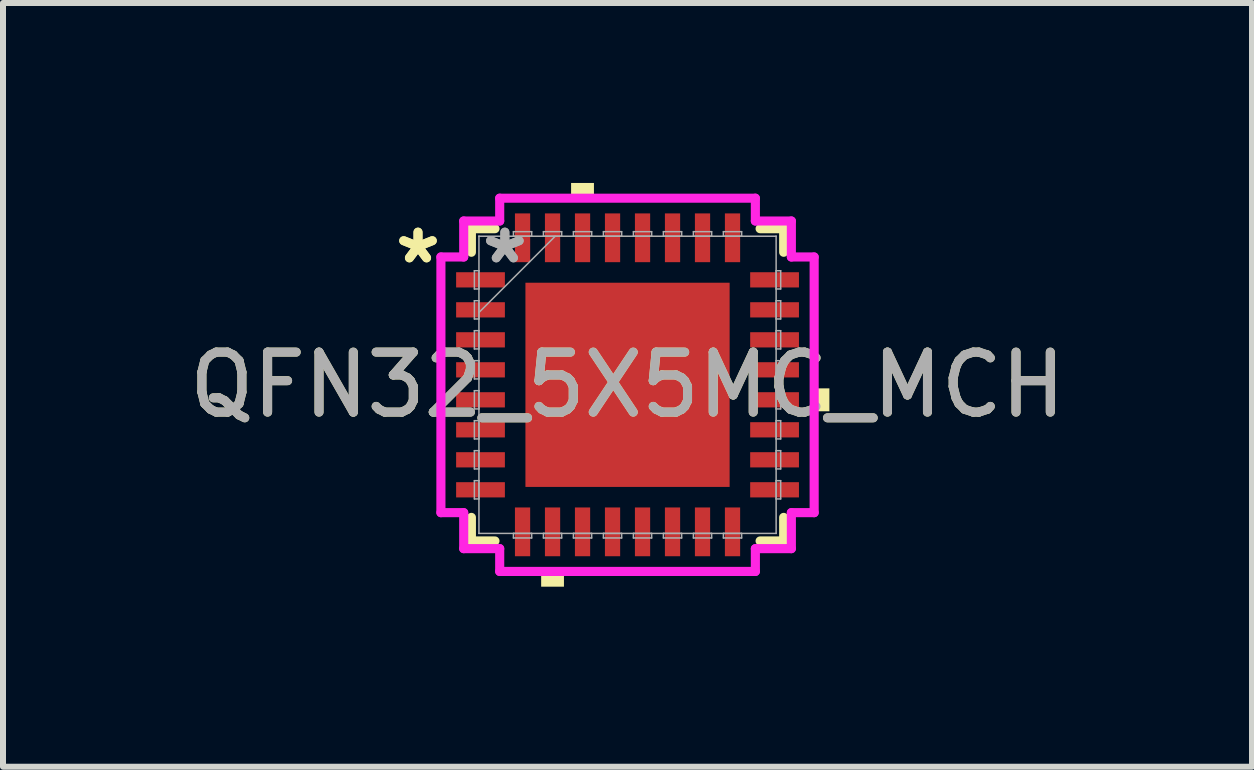
<source format=kicad_pcb>
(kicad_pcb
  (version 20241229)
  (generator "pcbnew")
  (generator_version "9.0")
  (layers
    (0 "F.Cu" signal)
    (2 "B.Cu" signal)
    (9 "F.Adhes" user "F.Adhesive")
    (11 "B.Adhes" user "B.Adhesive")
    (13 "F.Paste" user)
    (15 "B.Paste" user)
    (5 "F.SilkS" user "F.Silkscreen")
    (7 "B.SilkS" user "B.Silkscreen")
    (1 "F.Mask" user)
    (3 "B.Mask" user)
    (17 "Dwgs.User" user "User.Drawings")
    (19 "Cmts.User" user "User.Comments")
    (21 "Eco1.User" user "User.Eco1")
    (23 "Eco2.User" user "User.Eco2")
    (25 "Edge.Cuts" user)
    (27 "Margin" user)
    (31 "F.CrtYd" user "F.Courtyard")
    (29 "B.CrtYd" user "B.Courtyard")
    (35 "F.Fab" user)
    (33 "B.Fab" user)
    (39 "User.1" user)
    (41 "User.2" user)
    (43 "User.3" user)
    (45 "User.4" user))
  (footprint "QFN32_5X5MC_MCH"
    (layer "F.Cu")
    (at 7.411 3.365)
    (property "Reference" "QFN32_5X5MC_MCH" (at 0 0 0) (unlocked yes) (layer "F.SilkS") (effects (font (size 1 1) (thickness 0.15))))
    (attr smd)
    (fp_line (start -2.603 -2.603) (end -2.603 -2.21) (stroke (width 0.152) (type solid)) (layer "F.SilkS"))
    (fp_line (start -2.603 2.21) (end -2.603 2.603) (stroke (width 0.152) (type solid)) (layer "F.SilkS"))
    (fp_line (start -2.603 2.603) (end -2.21 2.603) (stroke (width 0.152) (type solid)) (layer "F.SilkS"))
    (fp_line (start -2.21 -2.603) (end -2.603 -2.603) (stroke (width 0.152) (type solid)) (layer "F.SilkS"))
    (fp_line (start 2.21 2.603) (end 2.603 2.603) (stroke (width 0.152) (type solid)) (layer "F.SilkS"))
    (fp_line (start 2.603 -2.603) (end 2.21 -2.603) (stroke (width 0.152) (type solid)) (layer "F.SilkS"))
    (fp_line (start 2.603 -2.21) (end 2.603 -2.603) (stroke (width 0.152) (type solid)) (layer "F.SilkS"))
    (fp_line (start 2.603 2.603) (end 2.603 2.21) (stroke (width 0.152) (type solid)) (layer "F.SilkS"))
    (fp_poly (pts (xy -1.44 3.111) (xy -1.44 3.365) (xy -1.06 3.365) (xy -1.06 3.111)) (stroke (width 0) (type solid)) (fill yes) (layer "F.SilkS"))
    (fp_poly (pts (xy -0.941 -3.111) (xy -0.941 -3.365) (xy -0.56 -3.365) (xy -0.56 -3.111)) (stroke (width 0) (type solid)) (fill yes) (layer "F.SilkS"))
    (fp_poly (pts (xy 3.365 0.059) (xy 3.365 0.441) (xy 3.111 0.441) (xy 3.111 0.059)) (stroke (width 0) (type solid)) (fill yes) (layer "F.SilkS"))
    (fp_poly (pts (xy -1.602 -1.602) (xy -1.602 -0.1) (xy -0.1 -0.1) (xy -0.1 -1.602)) (stroke (width 0) (type solid)) (fill yes) (layer "F.Paste"))
    (fp_poly (pts (xy -1.602 0.1) (xy -1.602 1.602) (xy -0.1 1.602) (xy -0.1 0.1)) (stroke (width 0) (type solid)) (fill yes) (layer "F.Paste"))
    (fp_poly (pts (xy 0.1 -1.602) (xy 0.1 -0.1) (xy 1.602 -0.1) (xy 1.602 -1.602)) (stroke (width 0) (type solid)) (fill yes) (layer "F.Paste"))
    (fp_poly (pts (xy 0.1 0.1) (xy 0.1 1.602) (xy 1.602 1.602) (xy 1.602 0.1)) (stroke (width 0) (type solid)) (fill yes) (layer "F.Paste"))
    (fp_line (start -3.111 -2.131) (end -2.731 -2.131) (stroke (width 0.152) (type solid)) (layer "F.CrtYd"))
    (fp_line (start -3.111 2.131) (end -3.111 -2.131) (stroke (width 0.152) (type solid)) (layer "F.CrtYd"))
    (fp_line (start -2.731 -2.731) (end -2.131 -2.731) (stroke (width 0.152) (type solid)) (layer "F.CrtYd"))
    (fp_line (start -2.731 -2.131) (end -2.731 -2.731) (stroke (width 0.152) (type solid)) (layer "F.CrtYd"))
    (fp_line (start -2.731 2.131) (end -3.111 2.131) (stroke (width 0.152) (type solid)) (layer "F.CrtYd"))
    (fp_line (start -2.731 2.731) (end -2.731 2.131) (stroke (width 0.152) (type solid)) (layer "F.CrtYd"))
    (fp_line (start -2.131 -3.111) (end 2.131 -3.111) (stroke (width 0.152) (type solid)) (layer "F.CrtYd"))
    (fp_line (start -2.131 -2.731) (end -2.131 -3.111) (stroke (width 0.152) (type solid)) (layer "F.CrtYd"))
    (fp_line (start -2.131 2.731) (end -2.731 2.731) (stroke (width 0.152) (type solid)) (layer "F.CrtYd"))
    (fp_line (start -2.131 3.111) (end -2.131 2.731) (stroke (width 0.152) (type solid)) (layer "F.CrtYd"))
    (fp_line (start 2.131 -3.111) (end 2.131 -2.731) (stroke (width 0.152) (type solid)) (layer "F.CrtYd"))
    (fp_line (start 2.131 -2.731) (end 2.731 -2.731) (stroke (width 0.152) (type solid)) (layer "F.CrtYd"))
    (fp_line (start 2.131 2.731) (end 2.131 3.111) (stroke (width 0.152) (type solid)) (layer "F.CrtYd"))
    (fp_line (start 2.131 3.111) (end -2.131 3.111) (stroke (width 0.152) (type solid)) (layer "F.CrtYd"))
    (fp_line (start 2.731 -2.731) (end 2.731 -2.131) (stroke (width 0.152) (type solid)) (layer "F.CrtYd"))
    (fp_line (start 2.731 -2.131) (end 3.111 -2.131) (stroke (width 0.152) (type solid)) (layer "F.CrtYd"))
    (fp_line (start 2.731 2.131) (end 2.731 2.731) (stroke (width 0.152) (type solid)) (layer "F.CrtYd"))
    (fp_line (start 2.731 2.731) (end 2.131 2.731) (stroke (width 0.152) (type solid)) (layer "F.CrtYd"))
    (fp_line (start 3.111 -2.131) (end 3.111 2.131) (stroke (width 0.152) (type solid)) (layer "F.CrtYd"))
    (fp_line (start 3.111 2.131) (end 2.731 2.131) (stroke (width 0.152) (type solid)) (layer "F.CrtYd"))
    (fp_line (start -2.553 -1.902) (end -2.553 -1.598) (stroke (width 0.025) (type solid)) (layer "F.Fab"))
    (fp_line (start -2.553 -1.598) (end -2.477 -1.598) (stroke (width 0.025) (type solid)) (layer "F.Fab"))
    (fp_line (start -2.553 -1.402) (end -2.553 -1.098) (stroke (width 0.025) (type solid)) (layer "F.Fab"))
    (fp_line (start -2.553 -1.098) (end -2.477 -1.098) (stroke (width 0.025) (type solid)) (layer "F.Fab"))
    (fp_line (start -2.553 -0.902) (end -2.553 -0.598) (stroke (width 0.025) (type solid)) (layer "F.Fab"))
    (fp_line (start -2.553 -0.598) (end -2.477 -0.598) (stroke (width 0.025) (type solid)) (layer "F.Fab"))
    (fp_line (start -2.553 -0.402) (end -2.553 -0.098) (stroke (width 0.025) (type solid)) (layer "F.Fab"))
    (fp_line (start -2.553 -0.098) (end -2.477 -0.098) (stroke (width 0.025) (type solid)) (layer "F.Fab"))
    (fp_line (start -2.553 0.098) (end -2.553 0.402) (stroke (width 0.025) (type solid)) (layer "F.Fab"))
    (fp_line (start -2.553 0.402) (end -2.477 0.402) (stroke (width 0.025) (type solid)) (layer "F.Fab"))
    (fp_line (start -2.553 0.598) (end -2.553 0.902) (stroke (width 0.025) (type solid)) (layer "F.Fab"))
    (fp_line (start -2.553 0.902) (end -2.477 0.902) (stroke (width 0.025) (type solid)) (layer "F.Fab"))
    (fp_line (start -2.553 1.098) (end -2.553 1.402) (stroke (width 0.025) (type solid)) (layer "F.Fab"))
    (fp_line (start -2.553 1.402) (end -2.477 1.402) (stroke (width 0.025) (type solid)) (layer "F.Fab"))
    (fp_line (start -2.553 1.598) (end -2.553 1.902) (stroke (width 0.025) (type solid)) (layer "F.Fab"))
    (fp_line (start -2.553 1.902) (end -2.477 1.902) (stroke (width 0.025) (type solid)) (layer "F.Fab"))
    (fp_line (start -2.477 -2.477) (end -2.477 -2.477) (stroke (width 0.025) (type solid)) (layer "F.Fab"))
    (fp_line (start -2.477 -2.477) (end -2.477 2.477) (stroke (width 0.025) (type solid)) (layer "F.Fab"))
    (fp_line (start -2.477 -1.902) (end -2.553 -1.902) (stroke (width 0.025) (type solid)) (layer "F.Fab"))
    (fp_line (start -2.477 -1.598) (end -2.477 -1.902) (stroke (width 0.025) (type solid)) (layer "F.Fab"))
    (fp_line (start -2.477 -1.402) (end -2.553 -1.402) (stroke (width 0.025) (type solid)) (layer "F.Fab"))
    (fp_line (start -2.477 -1.206) (end -1.206 -2.477) (stroke (width 0.025) (type solid)) (layer "F.Fab"))
    (fp_line (start -2.477 -1.098) (end -2.477 -1.402) (stroke (width 0.025) (type solid)) (layer "F.Fab"))
    (fp_line (start -2.477 -0.902) (end -2.553 -0.902) (stroke (width 0.025) (type solid)) (layer "F.Fab"))
    (fp_line (start -2.477 -0.598) (end -2.477 -0.902) (stroke (width 0.025) (type solid)) (layer "F.Fab"))
    (fp_line (start -2.477 -0.402) (end -2.553 -0.402) (stroke (width 0.025) (type solid)) (layer "F.Fab"))
    (fp_line (start -2.477 -0.098) (end -2.477 -0.402) (stroke (width 0.025) (type solid)) (layer "F.Fab"))
    (fp_line (start -2.477 0.098) (end -2.553 0.098) (stroke (width 0.025) (type solid)) (layer "F.Fab"))
    (fp_line (start -2.477 0.402) (end -2.477 0.098) (stroke (width 0.025) (type solid)) (layer "F.Fab"))
    (fp_line (start -2.477 0.598) (end -2.553 0.598) (stroke (width 0.025) (type solid)) (layer "F.Fab"))
    (fp_line (start -2.477 0.902) (end -2.477 0.598) (stroke (width 0.025) (type solid)) (layer "F.Fab"))
    (fp_line (start -2.477 1.098) (end -2.553 1.098) (stroke (width 0.025) (type solid)) (layer "F.Fab"))
    (fp_line (start -2.477 1.402) (end -2.477 1.098) (stroke (width 0.025) (type solid)) (layer "F.Fab"))
    (fp_line (start -2.477 1.598) (end -2.553 1.598) (stroke (width 0.025) (type solid)) (layer "F.Fab"))
    (fp_line (start -2.477 1.902) (end -2.477 1.598) (stroke (width 0.025) (type solid)) (layer "F.Fab"))
    (fp_line (start -2.477 2.477) (end -2.477 2.477) (stroke (width 0.025) (type solid)) (layer "F.Fab"))
    (fp_line (start -2.477 2.477) (end 2.477 2.477) (stroke (width 0.025) (type solid)) (layer "F.Fab"))
    (fp_line (start -1.902 -2.553) (end -1.902 -2.477) (stroke (width 0.025) (type solid)) (layer "F.Fab"))
    (fp_line (start -1.902 -2.477) (end -1.598 -2.477) (stroke (width 0.025) (type solid)) (layer "F.Fab"))
    (fp_line (start -1.902 2.477) (end -1.902 2.553) (stroke (width 0.025) (type solid)) (layer "F.Fab"))
    (fp_line (start -1.902 2.553) (end -1.598 2.553) (stroke (width 0.025) (type solid)) (layer "F.Fab"))
    (fp_line (start -1.598 -2.553) (end -1.902 -2.553) (stroke (width 0.025) (type solid)) (layer "F.Fab"))
    (fp_line (start -1.598 -2.477) (end -1.598 -2.553) (stroke (width 0.025) (type solid)) (layer "F.Fab"))
    (fp_line (start -1.598 2.477) (end -1.902 2.477) (stroke (width 0.025) (type solid)) (layer "F.Fab"))
    (fp_line (start -1.598 2.553) (end -1.598 2.477) (stroke (width 0.025) (type solid)) (layer "F.Fab"))
    (fp_line (start -1.402 -2.553) (end -1.402 -2.477) (stroke (width 0.025) (type solid)) (layer "F.Fab"))
    (fp_line (start -1.402 -2.477) (end -1.098 -2.477) (stroke (width 0.025) (type solid)) (layer "F.Fab"))
    (fp_line (start -1.402 2.477) (end -1.402 2.553) (stroke (width 0.025) (type solid)) (layer "F.Fab"))
    (fp_line (start -1.402 2.553) (end -1.098 2.553) (stroke (width 0.025) (type solid)) (layer "F.Fab"))
    (fp_line (start -1.098 -2.553) (end -1.402 -2.553) (stroke (width 0.025) (type solid)) (layer "F.Fab"))
    (fp_line (start -1.098 -2.477) (end -1.098 -2.553) (stroke (width 0.025) (type solid)) (layer "F.Fab"))
    (fp_line (start -1.098 2.477) (end -1.402 2.477) (stroke (width 0.025) (type solid)) (layer "F.Fab"))
    (fp_line (start -1.098 2.553) (end -1.098 2.477) (stroke (width 0.025) (type solid)) (layer "F.Fab"))
    (fp_line (start -0.902 -2.553) (end -0.902 -2.477) (stroke (width 0.025) (type solid)) (layer "F.Fab"))
    (fp_line (start -0.902 -2.477) (end -0.598 -2.477) (stroke (width 0.025) (type solid)) (layer "F.Fab"))
    (fp_line (start -0.902 2.477) (end -0.902 2.553) (stroke (width 0.025) (type solid)) (layer "F.Fab"))
    (fp_line (start -0.902 2.553) (end -0.598 2.553) (stroke (width 0.025) (type solid)) (layer "F.Fab"))
    (fp_line (start -0.598 -2.553) (end -0.902 -2.553) (stroke (width 0.025) (type solid)) (layer "F.Fab"))
    (fp_line (start -0.598 -2.477) (end -0.598 -2.553) (stroke (width 0.025) (type solid)) (layer "F.Fab"))
    (fp_line (start -0.598 2.477) (end -0.902 2.477) (stroke (width 0.025) (type solid)) (layer "F.Fab"))
    (fp_line (start -0.598 2.553) (end -0.598 2.477) (stroke (width 0.025) (type solid)) (layer "F.Fab"))
    (fp_line (start -0.402 -2.553) (end -0.402 -2.477) (stroke (width 0.025) (type solid)) (layer "F.Fab"))
    (fp_line (start -0.402 -2.477) (end -0.098 -2.477) (stroke (width 0.025) (type solid)) (layer "F.Fab"))
    (fp_line (start -0.402 2.477) (end -0.402 2.553) (stroke (width 0.025) (type solid)) (layer "F.Fab"))
    (fp_line (start -0.402 2.553) (end -0.098 2.553) (stroke (width 0.025) (type solid)) (layer "F.Fab"))
    (fp_line (start -0.098 -2.553) (end -0.402 -2.553) (stroke (width 0.025) (type solid)) (layer "F.Fab"))
    (fp_line (start -0.098 -2.477) (end -0.098 -2.553) (stroke (width 0.025) (type solid)) (layer "F.Fab"))
    (fp_line (start -0.098 2.477) (end -0.402 2.477) (stroke (width 0.025) (type solid)) (layer "F.Fab"))
    (fp_line (start -0.098 2.553) (end -0.098 2.477) (stroke (width 0.025) (type solid)) (layer "F.Fab"))
    (fp_line (start 0.098 -2.553) (end 0.098 -2.477) (stroke (width 0.025) (type solid)) (layer "F.Fab"))
    (fp_line (start 0.098 -2.477) (end 0.402 -2.477) (stroke (width 0.025) (type solid)) (layer "F.Fab"))
    (fp_line (start 0.098 2.477) (end 0.098 2.553) (stroke (width 0.025) (type solid)) (layer "F.Fab"))
    (fp_line (start 0.098 2.553) (end 0.402 2.553) (stroke (width 0.025) (type solid)) (layer "F.Fab"))
    (fp_line (start 0.402 -2.553) (end 0.098 -2.553) (stroke (width 0.025) (type solid)) (layer "F.Fab"))
    (fp_line (start 0.402 -2.477) (end 0.402 -2.553) (stroke (width 0.025) (type solid)) (layer "F.Fab"))
    (fp_line (start 0.402 2.477) (end 0.098 2.477) (stroke (width 0.025) (type solid)) (layer "F.Fab"))
    (fp_line (start 0.402 2.553) (end 0.402 2.477) (stroke (width 0.025) (type solid)) (layer "F.Fab"))
    (fp_line (start 0.598 -2.553) (end 0.598 -2.477) (stroke (width 0.025) (type solid)) (layer "F.Fab"))
    (fp_line (start 0.598 -2.477) (end 0.902 -2.477) (stroke (width 0.025) (type solid)) (layer "F.Fab"))
    (fp_line (start 0.598 2.477) (end 0.598 2.553) (stroke (width 0.025) (type solid)) (layer "F.Fab"))
    (fp_line (start 0.598 2.553) (end 0.902 2.553) (stroke (width 0.025) (type solid)) (layer "F.Fab"))
    (fp_line (start 0.902 -2.553) (end 0.598 -2.553) (stroke (width 0.025) (type solid)) (layer "F.Fab"))
    (fp_line (start 0.902 -2.477) (end 0.902 -2.553) (stroke (width 0.025) (type solid)) (layer "F.Fab"))
    (fp_line (start 0.902 2.477) (end 0.598 2.477) (stroke (width 0.025) (type solid)) (layer "F.Fab"))
    (fp_line (start 0.902 2.553) (end 0.902 2.477) (stroke (width 0.025) (type solid)) (layer "F.Fab"))
    (fp_line (start 1.098 -2.553) (end 1.098 -2.477) (stroke (width 0.025) (type solid)) (layer "F.Fab"))
    (fp_line (start 1.098 -2.477) (end 1.402 -2.477) (stroke (width 0.025) (type solid)) (layer "F.Fab"))
    (fp_line (start 1.098 2.477) (end 1.098 2.553) (stroke (width 0.025) (type solid)) (layer "F.Fab"))
    (fp_line (start 1.098 2.553) (end 1.402 2.553) (stroke (width 0.025) (type solid)) (layer "F.Fab"))
    (fp_line (start 1.402 -2.553) (end 1.098 -2.553) (stroke (width 0.025) (type solid)) (layer "F.Fab"))
    (fp_line (start 1.402 -2.477) (end 1.402 -2.553) (stroke (width 0.025) (type solid)) (layer "F.Fab"))
    (fp_line (start 1.402 2.477) (end 1.098 2.477) (stroke (width 0.025) (type solid)) (layer "F.Fab"))
    (fp_line (start 1.402 2.553) (end 1.402 2.477) (stroke (width 0.025) (type solid)) (layer "F.Fab"))
    (fp_line (start 1.598 -2.553) (end 1.598 -2.477) (stroke (width 0.025) (type solid)) (layer "F.Fab"))
    (fp_line (start 1.598 -2.477) (end 1.902 -2.477) (stroke (width 0.025) (type solid)) (layer "F.Fab"))
    (fp_line (start 1.598 2.477) (end 1.598 2.553) (stroke (width 0.025) (type solid)) (layer "F.Fab"))
    (fp_line (start 1.598 2.553) (end 1.902 2.553) (stroke (width 0.025) (type solid)) (layer "F.Fab"))
    (fp_line (start 1.902 -2.553) (end 1.598 -2.553) (stroke (width 0.025) (type solid)) (layer "F.Fab"))
    (fp_line (start 1.902 -2.477) (end 1.902 -2.553) (stroke (width 0.025) (type solid)) (layer "F.Fab"))
    (fp_line (start 1.902 2.477) (end 1.598 2.477) (stroke (width 0.025) (type solid)) (layer "F.Fab"))
    (fp_line (start 1.902 2.553) (end 1.902 2.477) (stroke (width 0.025) (type solid)) (layer "F.Fab"))
    (fp_line (start 2.477 -2.477) (end -2.477 -2.477) (stroke (width 0.025) (type solid)) (layer "F.Fab"))
    (fp_line (start 2.477 -2.477) (end 2.477 -2.477) (stroke (width 0.025) (type solid)) (layer "F.Fab"))
    (fp_line (start 2.477 -1.902) (end 2.477 -1.598) (stroke (width 0.025) (type solid)) (layer "F.Fab"))
    (fp_line (start 2.477 -1.598) (end 2.553 -1.598) (stroke (width 0.025) (type solid)) (layer "F.Fab"))
    (fp_line (start 2.477 -1.402) (end 2.477 -1.098) (stroke (width 0.025) (type solid)) (layer "F.Fab"))
    (fp_line (start 2.477 -1.098) (end 2.553 -1.098) (stroke (width 0.025) (type solid)) (layer "F.Fab"))
    (fp_line (start 2.477 -0.902) (end 2.477 -0.598) (stroke (width 0.025) (type solid)) (layer "F.Fab"))
    (fp_line (start 2.477 -0.598) (end 2.553 -0.598) (stroke (width 0.025) (type solid)) (layer "F.Fab"))
    (fp_line (start 2.477 -0.402) (end 2.477 -0.098) (stroke (width 0.025) (type solid)) (layer "F.Fab"))
    (fp_line (start 2.477 -0.098) (end 2.553 -0.098) (stroke (width 0.025) (type solid)) (layer "F.Fab"))
    (fp_line (start 2.477 0.098) (end 2.477 0.402) (stroke (width 0.025) (type solid)) (layer "F.Fab"))
    (fp_line (start 2.477 0.402) (end 2.553 0.402) (stroke (width 0.025) (type solid)) (layer "F.Fab"))
    (fp_line (start 2.477 0.598) (end 2.477 0.902) (stroke (width 0.025) (type solid)) (layer "F.Fab"))
    (fp_line (start 2.477 0.902) (end 2.553 0.902) (stroke (width 0.025) (type solid)) (layer "F.Fab"))
    (fp_line (start 2.477 1.098) (end 2.477 1.402) (stroke (width 0.025) (type solid)) (layer "F.Fab"))
    (fp_line (start 2.477 1.402) (end 2.553 1.402) (stroke (width 0.025) (type solid)) (layer "F.Fab"))
    (fp_line (start 2.477 1.598) (end 2.477 1.902) (stroke (width 0.025) (type solid)) (layer "F.Fab"))
    (fp_line (start 2.477 1.902) (end 2.553 1.902) (stroke (width 0.025) (type solid)) (layer "F.Fab"))
    (fp_line (start 2.477 2.477) (end 2.477 -2.477) (stroke (width 0.025) (type solid)) (layer "F.Fab"))
    (fp_line (start 2.477 2.477) (end 2.477 2.477) (stroke (width 0.025) (type solid)) (layer "F.Fab"))
    (fp_line (start 2.553 -1.902) (end 2.477 -1.902) (stroke (width 0.025) (type solid)) (layer "F.Fab"))
    (fp_line (start 2.553 -1.598) (end 2.553 -1.902) (stroke (width 0.025) (type solid)) (layer "F.Fab"))
    (fp_line (start 2.553 -1.402) (end 2.477 -1.402) (stroke (width 0.025) (type solid)) (layer "F.Fab"))
    (fp_line (start 2.553 -1.098) (end 2.553 -1.402) (stroke (width 0.025) (type solid)) (layer "F.Fab"))
    (fp_line (start 2.553 -0.902) (end 2.477 -0.902) (stroke (width 0.025) (type solid)) (layer "F.Fab"))
    (fp_line (start 2.553 -0.598) (end 2.553 -0.902) (stroke (width 0.025) (type solid)) (layer "F.Fab"))
    (fp_line (start 2.553 -0.402) (end 2.477 -0.402) (stroke (width 0.025) (type solid)) (layer "F.Fab"))
    (fp_line (start 2.553 -0.098) (end 2.553 -0.402) (stroke (width 0.025) (type solid)) (layer "F.Fab"))
    (fp_line (start 2.553 0.098) (end 2.477 0.098) (stroke (width 0.025) (type solid)) (layer "F.Fab"))
    (fp_line (start 2.553 0.402) (end 2.553 0.098) (stroke (width 0.025) (type solid)) (layer "F.Fab"))
    (fp_line (start 2.553 0.598) (end 2.477 0.598) (stroke (width 0.025) (type solid)) (layer "F.Fab"))
    (fp_line (start 2.553 0.902) (end 2.553 0.598) (stroke (width 0.025) (type solid)) (layer "F.Fab"))
    (fp_line (start 2.553 1.098) (end 2.477 1.098) (stroke (width 0.025) (type solid)) (layer "F.Fab"))
    (fp_line (start 2.553 1.402) (end 2.553 1.098) (stroke (width 0.025) (type solid)) (layer "F.Fab"))
    (fp_line (start 2.553 1.598) (end 2.477 1.598) (stroke (width 0.025) (type solid)) (layer "F.Fab"))
    (fp_line (start 2.553 1.902) (end 2.553 1.598) (stroke (width 0.025) (type solid)) (layer "F.Fab"))
    (fp_text user "*" (at -3.493 -2 0) (unlocked yes) (layer "F.SilkS") (effects (font (size 1 1) (thickness 0.15))))
    (fp_text user "*" (at -3.493 -2 0) (layer "F.SilkS") (effects (font (size 1 1) (thickness 0.15))))
    (fp_text user "*" (at -2.045 -2 0) (layer "F.Fab") (effects (font (size 1 1) (thickness 0.15))))
    (fp_text user "*" (at -2.045 -2 0) (unlocked yes) (layer "F.Fab") (effects (font (size 1 1) (thickness 0.15))))
    (fp_text user "${REFERENCE}" (at 0 0 0) (unlocked yes) (layer "F.Fab") (effects (font (size 1 1) (thickness 0.15))))
    (pad "1" smd rect (at -2.451 -1.75 90) (size 0.254 0.813) (layers "F.Cu" "F.Mask" "F.Paste"))
    (pad "2" smd rect (at -2.451 -1.25 90) (size 0.254 0.813) (layers "F.Cu" "F.Mask" "F.Paste"))
    (pad "3" smd rect (at -2.451 -0.75 90) (size 0.254 0.813) (layers "F.Cu" "F.Mask" "F.Paste"))
    (pad "4" smd rect (at -2.451 -0.25 90) (size 0.254 0.813) (layers "F.Cu" "F.Mask" "F.Paste"))
    (pad "5" smd rect (at -2.451 0.25 90) (size 0.254 0.813) (layers "F.Cu" "F.Mask" "F.Paste"))
    (pad "6" smd rect (at -2.451 0.75 90) (size 0.254 0.813) (layers "F.Cu" "F.Mask" "F.Paste"))
    (pad "7" smd rect (at -2.451 1.25 90) (size 0.254 0.813) (layers "F.Cu" "F.Mask" "F.Paste"))
    (pad "8" smd rect (at -2.451 1.75 90) (size 0.254 0.813) (layers "F.Cu" "F.Mask" "F.Paste"))
    (pad "9" smd rect (at -1.75 2.451) (size 0.254 0.813) (layers "F.Cu" "F.Mask" "F.Paste"))
    (pad "10" smd rect (at -1.25 2.451) (size 0.254 0.813) (layers "F.Cu" "F.Mask" "F.Paste"))
    (pad "11" smd rect (at -0.75 2.451) (size 0.254 0.813) (layers "F.Cu" "F.Mask" "F.Paste"))
    (pad "12" smd rect (at -0.25 2.451) (size 0.254 0.813) (layers "F.Cu" "F.Mask" "F.Paste"))
    (pad "13" smd rect (at 0.25 2.451) (size 0.254 0.813) (layers "F.Cu" "F.Mask" "F.Paste"))
    (pad "14" smd rect (at 0.75 2.451) (size 0.254 0.813) (layers "F.Cu" "F.Mask" "F.Paste"))
    (pad "15" smd rect (at 1.25 2.451) (size 0.254 0.813) (layers "F.Cu" "F.Mask" "F.Paste"))
    (pad "16" smd rect (at 1.75 2.451) (size 0.254 0.813) (layers "F.Cu" "F.Mask" "F.Paste"))
    (pad "17" smd rect (at 2.451 1.75 90) (size 0.254 0.813) (layers "F.Cu" "F.Mask" "F.Paste"))
    (pad "18" smd rect (at 2.451 1.25 90) (size 0.254 0.813) (layers "F.Cu" "F.Mask" "F.Paste"))
    (pad "19" smd rect (at 2.451 0.75 90) (size 0.254 0.813) (layers "F.Cu" "F.Mask" "F.Paste"))
    (pad "20" smd rect (at 2.451 0.25 90) (size 0.254 0.813) (layers "F.Cu" "F.Mask" "F.Paste"))
    (pad "21" smd rect (at 2.451 -0.25 90) (size 0.254 0.813) (layers "F.Cu" "F.Mask" "F.Paste"))
    (pad "22" smd rect (at 2.451 -0.75 90) (size 0.254 0.813) (layers "F.Cu" "F.Mask" "F.Paste"))
    (pad "23" smd rect (at 2.451 -1.25 90) (size 0.254 0.813) (layers "F.Cu" "F.Mask" "F.Paste"))
    (pad "24" smd rect (at 2.451 -1.75 90) (size 0.254 0.813) (layers "F.Cu" "F.Mask" "F.Paste"))
    (pad "25" smd rect (at 1.75 -2.451) (size 0.254 0.813) (layers "F.Cu" "F.Mask" "F.Paste"))
    (pad "26" smd rect (at 1.25 -2.451) (size 0.254 0.813) (layers "F.Cu" "F.Mask" "F.Paste"))
    (pad "27" smd rect (at 0.75 -2.451) (size 0.254 0.813) (layers "F.Cu" "F.Mask" "F.Paste"))
    (pad "28" smd rect (at 0.25 -2.451) (size 0.254 0.813) (layers "F.Cu" "F.Mask" "F.Paste"))
    (pad "29" smd rect (at -0.25 -2.451) (size 0.254 0.813) (layers "F.Cu" "F.Mask" "F.Paste"))
    (pad "30" smd rect (at -0.75 -2.451) (size 0.254 0.813) (layers "F.Cu" "F.Mask" "F.Paste"))
    (pad "31" smd rect (at -1.25 -2.451) (size 0.254 0.813) (layers "F.Cu" "F.Mask" "F.Paste"))
    (pad "32" smd rect (at -1.75 -2.451) (size 0.254 0.813) (layers "F.Cu" "F.Mask" "F.Paste"))
    (pad "33" smd rect (at 0 0) (size 3.404 3.404) (layers "F.Cu" "F.Mask" "F.Paste")))
  (gr_rect
    (start -3 -3)
    (end 17.821 9.731)
    (stroke (width 0.1) (type default))
    (fill no)
    (layer "Edge.Cuts")))
</source>
